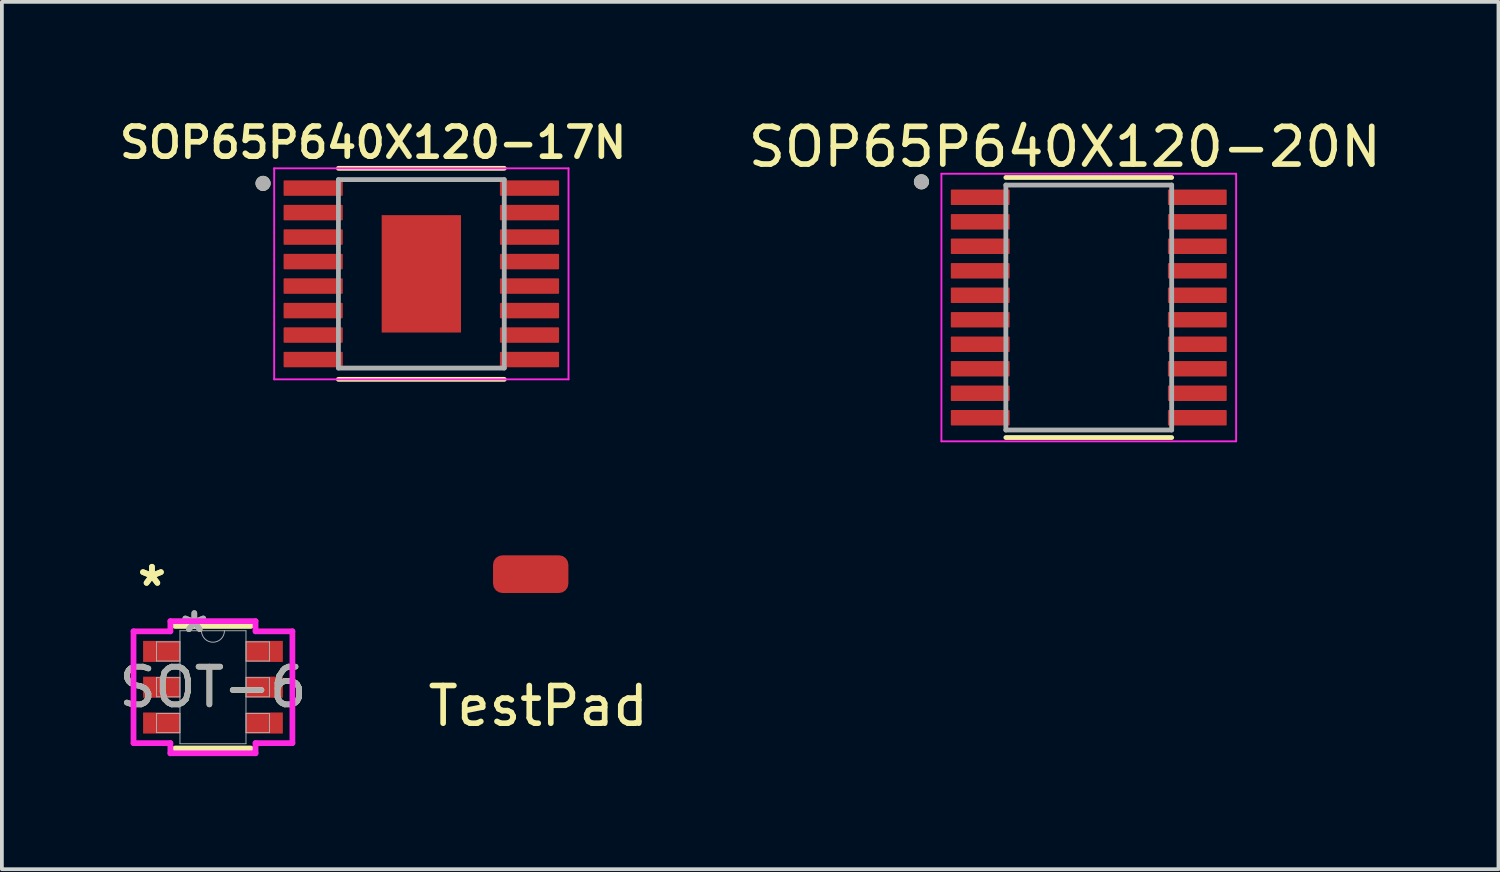
<source format=kicad_pcb>
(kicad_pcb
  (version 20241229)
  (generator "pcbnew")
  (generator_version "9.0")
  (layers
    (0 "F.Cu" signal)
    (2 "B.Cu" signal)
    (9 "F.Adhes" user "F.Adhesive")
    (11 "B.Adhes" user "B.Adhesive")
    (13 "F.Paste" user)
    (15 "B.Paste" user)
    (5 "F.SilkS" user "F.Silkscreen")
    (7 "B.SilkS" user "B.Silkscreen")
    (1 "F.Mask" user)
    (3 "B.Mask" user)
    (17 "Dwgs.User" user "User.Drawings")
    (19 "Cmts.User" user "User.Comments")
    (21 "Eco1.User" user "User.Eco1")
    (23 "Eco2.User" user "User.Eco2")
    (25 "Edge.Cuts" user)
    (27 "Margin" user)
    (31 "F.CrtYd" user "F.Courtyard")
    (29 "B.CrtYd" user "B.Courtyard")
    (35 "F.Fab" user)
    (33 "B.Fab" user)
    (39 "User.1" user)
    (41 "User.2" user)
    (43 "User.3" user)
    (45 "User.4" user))
  (footprint "SOP65P640X120-17N"
    (layer "F.Cu")
    (at 8.13 4.216)
    (property "Reference" "SOP65P640X120-17N" (at -1.28 -3.485 0) (layer "F.SilkS") (effects (font (size 0.8 0.8) (thickness 0.15))))
    (attr smd)
    (fp_line (start -2.2 -2.8) (end 2.2 -2.8) (stroke (width 0.127) (type solid)) (layer "F.SilkS"))
    (fp_line (start -2.2 2.8) (end 2.2 2.8) (stroke (width 0.127) (type solid)) (layer "F.SilkS"))
    (fp_circle (center -4.2 -2.4) (end -4.1 -2.4) (stroke (width 0.2) (type solid)) (fill no) (layer "F.SilkS"))
    (fp_poly (pts (xy -0.666 -0.985) (xy 0.666 -0.985) (xy 0.666 0.985) (xy -0.666 0.985)) (stroke (width 0.01) (type solid)) (fill yes) (layer "F.Paste"))
    (fp_line (start -3.905 -2.8) (end -3.905 2.8) (stroke (width 0.05) (type solid)) (layer "F.CrtYd"))
    (fp_line (start -3.905 -2.8) (end 3.905 -2.8) (stroke (width 0.05) (type solid)) (layer "F.CrtYd"))
    (fp_line (start -3.905 2.8) (end 3.905 2.8) (stroke (width 0.05) (type solid)) (layer "F.CrtYd"))
    (fp_line (start 3.905 -2.8) (end 3.905 2.8) (stroke (width 0.05) (type solid)) (layer "F.CrtYd"))
    (fp_line (start -2.2 -2.5) (end -2.2 2.5) (stroke (width 0.127) (type solid)) (layer "F.Fab"))
    (fp_line (start -2.2 -2.5) (end 2.2 -2.5) (stroke (width 0.127) (type solid)) (layer "F.Fab"))
    (fp_line (start -2.2 2.5) (end 2.2 2.5) (stroke (width 0.127) (type solid)) (layer "F.Fab"))
    (fp_line (start 2.2 -2.5) (end 2.2 2.5) (stroke (width 0.127) (type solid)) (layer "F.Fab"))
    (fp_circle (center -4.2 -2.4) (end -4.1 -2.4) (stroke (width 0.2) (type solid)) (fill no) (layer "F.Fab"))
    (pad "1" smd roundrect (at -2.87 -2.275) (size 1.57 0.41) (layers "F.Cu" "F.Mask" "F.Paste") (roundrect_rratio 0.05))
    (pad "2" smd roundrect (at -2.87 -1.625) (size 1.57 0.41) (layers "F.Cu" "F.Mask" "F.Paste") (roundrect_rratio 0.05))
    (pad "3" smd roundrect (at -2.87 -0.975) (size 1.57 0.41) (layers "F.Cu" "F.Mask" "F.Paste") (roundrect_rratio 0.05))
    (pad "4" smd roundrect (at -2.87 -0.325) (size 1.57 0.41) (layers "F.Cu" "F.Mask" "F.Paste") (roundrect_rratio 0.05))
    (pad "5" smd roundrect (at -2.87 0.325) (size 1.57 0.41) (layers "F.Cu" "F.Mask" "F.Paste") (roundrect_rratio 0.05))
    (pad "6" smd roundrect (at -2.87 0.975) (size 1.57 0.41) (layers "F.Cu" "F.Mask" "F.Paste") (roundrect_rratio 0.05))
    (pad "7" smd roundrect (at -2.87 1.625) (size 1.57 0.41) (layers "F.Cu" "F.Mask" "F.Paste") (roundrect_rratio 0.05))
    (pad "8" smd roundrect (at -2.87 2.275) (size 1.57 0.41) (layers "F.Cu" "F.Mask" "F.Paste") (roundrect_rratio 0.05))
    (pad "9" smd roundrect (at 2.87 2.275) (size 1.57 0.41) (layers "F.Cu" "F.Mask" "F.Paste") (roundrect_rratio 0.05))
    (pad "10" smd roundrect (at 2.87 1.625) (size 1.57 0.41) (layers "F.Cu" "F.Mask" "F.Paste") (roundrect_rratio 0.05))
    (pad "11" smd roundrect (at 2.87 0.975) (size 1.57 0.41) (layers "F.Cu" "F.Mask" "F.Paste") (roundrect_rratio 0.05))
    (pad "12" smd roundrect (at 2.87 0.325) (size 1.57 0.41) (layers "F.Cu" "F.Mask" "F.Paste") (roundrect_rratio 0.05))
    (pad "13" smd roundrect (at 2.87 -0.325) (size 1.57 0.41) (layers "F.Cu" "F.Mask" "F.Paste") (roundrect_rratio 0.05))
    (pad "14" smd roundrect (at 2.87 -0.975) (size 1.57 0.41) (layers "F.Cu" "F.Mask" "F.Paste") (roundrect_rratio 0.05))
    (pad "15" smd roundrect (at 2.87 -1.625) (size 1.57 0.41) (layers "F.Cu" "F.Mask" "F.Paste") (roundrect_rratio 0.05))
    (pad "16" smd roundrect (at 2.87 -2.275) (size 1.57 0.41) (layers "F.Cu" "F.Mask" "F.Paste") (roundrect_rratio 0.05))
    (pad "17" smd rect (at 0 0) (size 2.105 3.115) (layers "F.Cu" "F.Mask")))
  (footprint "TestPad"
    (layer "F.Cu")
    (at 11.032 12.185)
    (property "Reference" "TestPad" (at 0.2 3.5 0) (unlocked yes) (layer "F.SilkS") (effects (font (size 1 1) (thickness 0.15))))
    (attr smd)
    (pad "1" smd roundrect (at 0 0) (size 2 1) (layers "F.Cu" "F.Mask" "F.Paste") (roundrect_rratio 0.25)))
  (footprint "SOT-6"
    (layer "F.Cu")
    (at 2.601 15.185)
    (property "Reference" "SOT-6" (at 0 0 0) (unlocked yes) (layer "F.SilkS") (effects (font (size 1 1) (thickness 0.15))))
    (attr smd)
    (fp_line (start -1.003 1.626) (end 1.003 1.626) (stroke (width 0.152) (type solid)) (layer "F.SilkS"))
    (fp_line (start 1.003 -1.626) (end -1.003 -1.626) (stroke (width 0.152) (type solid)) (layer "F.SilkS"))
    (fp_line (start -2.108 -1.483) (end -1.13 -1.483) (stroke (width 0.152) (type solid)) (layer "F.CrtYd"))
    (fp_line (start -2.108 1.483) (end -2.108 -1.483) (stroke (width 0.152) (type solid)) (layer "F.CrtYd"))
    (fp_line (start -2.108 1.483) (end -1.13 1.483) (stroke (width 0.152) (type solid)) (layer "F.CrtYd"))
    (fp_line (start -1.13 -1.753) (end 1.13 -1.753) (stroke (width 0.152) (type solid)) (layer "F.CrtYd"))
    (fp_line (start -1.13 -1.483) (end -1.13 -1.753) (stroke (width 0.152) (type solid)) (layer "F.CrtYd"))
    (fp_line (start -1.13 1.753) (end -1.13 1.483) (stroke (width 0.152) (type solid)) (layer "F.CrtYd"))
    (fp_line (start 1.13 -1.753) (end 1.13 -1.483) (stroke (width 0.152) (type solid)) (layer "F.CrtYd"))
    (fp_line (start 1.13 1.483) (end 1.13 1.753) (stroke (width 0.152) (type solid)) (layer "F.CrtYd"))
    (fp_line (start 1.13 1.753) (end -1.13 1.753) (stroke (width 0.152) (type solid)) (layer "F.CrtYd"))
    (fp_line (start 2.108 -1.483) (end 1.13 -1.483) (stroke (width 0.152) (type solid)) (layer "F.CrtYd"))
    (fp_line (start 2.108 -1.483) (end 2.108 1.483) (stroke (width 0.152) (type solid)) (layer "F.CrtYd"))
    (fp_line (start 2.108 1.483) (end 1.13 1.483) (stroke (width 0.152) (type solid)) (layer "F.CrtYd"))
    (fp_line (start -1.499 -1.204) (end -1.499 -0.696) (stroke (width 0.025) (type solid)) (layer "F.Fab"))
    (fp_line (start -1.499 -0.696) (end -0.876 -0.696) (stroke (width 0.025) (type solid)) (layer "F.Fab"))
    (fp_line (start -1.499 -0.254) (end -1.499 0.254) (stroke (width 0.025) (type solid)) (layer "F.Fab"))
    (fp_line (start -1.499 0.254) (end -0.876 0.254) (stroke (width 0.025) (type solid)) (layer "F.Fab"))
    (fp_line (start -1.499 0.696) (end -1.499 1.204) (stroke (width 0.025) (type solid)) (layer "F.Fab"))
    (fp_line (start -1.499 1.204) (end -0.876 1.204) (stroke (width 0.025) (type solid)) (layer "F.Fab"))
    (fp_line (start -0.876 -1.499) (end -0.876 1.499) (stroke (width 0.025) (type solid)) (layer "F.Fab"))
    (fp_line (start -0.876 -1.204) (end -1.499 -1.204) (stroke (width 0.025) (type solid)) (layer "F.Fab"))
    (fp_line (start -0.876 -0.696) (end -0.876 -1.204) (stroke (width 0.025) (type solid)) (layer "F.Fab"))
    (fp_line (start -0.876 -0.254) (end -1.499 -0.254) (stroke (width 0.025) (type solid)) (layer "F.Fab"))
    (fp_line (start -0.876 0.254) (end -0.876 -0.254) (stroke (width 0.025) (type solid)) (layer "F.Fab"))
    (fp_line (start -0.876 0.696) (end -1.499 0.696) (stroke (width 0.025) (type solid)) (layer "F.Fab"))
    (fp_line (start -0.876 1.204) (end -0.876 0.696) (stroke (width 0.025) (type solid)) (layer "F.Fab"))
    (fp_line (start -0.876 1.499) (end 0.876 1.499) (stroke (width 0.025) (type solid)) (layer "F.Fab"))
    (fp_line (start 0.876 -1.499) (end -0.876 -1.499) (stroke (width 0.025) (type solid)) (layer "F.Fab"))
    (fp_line (start 0.876 -1.204) (end 0.876 -0.696) (stroke (width 0.025) (type solid)) (layer "F.Fab"))
    (fp_line (start 0.876 -0.696) (end 1.499 -0.696) (stroke (width 0.025) (type solid)) (layer "F.Fab"))
    (fp_line (start 0.876 -0.254) (end 0.876 0.254) (stroke (width 0.025) (type solid)) (layer "F.Fab"))
    (fp_line (start 0.876 0.254) (end 1.499 0.254) (stroke (width 0.025) (type solid)) (layer "F.Fab"))
    (fp_line (start 0.876 0.696) (end 0.876 1.204) (stroke (width 0.025) (type solid)) (layer "F.Fab"))
    (fp_line (start 0.876 1.204) (end 1.499 1.204) (stroke (width 0.025) (type solid)) (layer "F.Fab"))
    (fp_line (start 0.876 1.499) (end 0.876 -1.499) (stroke (width 0.025) (type solid)) (layer "F.Fab"))
    (fp_line (start 1.499 -1.204) (end 0.876 -1.204) (stroke (width 0.025) (type solid)) (layer "F.Fab"))
    (fp_line (start 1.499 -0.696) (end 1.499 -1.204) (stroke (width 0.025) (type solid)) (layer "F.Fab"))
    (fp_line (start 1.499 -0.254) (end 0.876 -0.254) (stroke (width 0.025) (type solid)) (layer "F.Fab"))
    (fp_line (start 1.499 0.254) (end 1.499 -0.254) (stroke (width 0.025) (type solid)) (layer "F.Fab"))
    (fp_line (start 1.499 0.696) (end 0.876 0.696) (stroke (width 0.025) (type solid)) (layer "F.Fab"))
    (fp_line (start 1.499 1.204) (end 1.499 0.696) (stroke (width 0.025) (type solid)) (layer "F.Fab"))
    (fp_arc (start 0.3048 -1.4986) (mid 0 -1.1938) (end -0.3048 -1.4986) (stroke (width 0.0254) (type solid)) (layer "F.Fab"))
    (fp_text user "*" (at -1.619 -2.652 0) (layer "F.SilkS") (effects (font (size 1 1) (thickness 0.15))))
    (fp_text user "*" (at -1.619 -2.652 0) (unlocked yes) (layer "F.SilkS") (effects (font (size 1 1) (thickness 0.15))))
    (fp_text user "${REFERENCE}" (at 0 0 0) (unlocked yes) (layer "F.Fab") (effects (font (size 1 1) (thickness 0.15))))
    (fp_text user "*" (at -0.495 -1.422 0) (layer "F.Fab") (effects (font (size 1 1) (thickness 0.15))))
    (fp_text user "*" (at -0.495 -1.422 0) (unlocked yes) (layer "F.Fab") (effects (font (size 1 1) (thickness 0.15))))
    (pad "1" smd rect (at -1.365 -0.95) (size 0.978 0.559) (layers "F.Cu" "F.Mask" "F.Paste"))
    (pad "2" smd rect (at -1.365 0) (size 0.978 0.559) (layers "F.Cu" "F.Mask" "F.Paste"))
    (pad "3" smd rect (at -1.365 0.95) (size 0.978 0.559) (layers "F.Cu" "F.Mask" "F.Paste"))
    (pad "4" smd rect (at 1.365 0.95) (size 0.978 0.559) (layers "F.Cu" "F.Mask" "F.Paste"))
    (pad "5" smd rect (at 1.365 0) (size 0.978 0.559) (layers "F.Cu" "F.Mask" "F.Paste"))
    (pad "6" smd rect (at 1.365 -0.95) (size 0.978 0.559) (layers "F.Cu" "F.Mask" "F.Paste")))
  (footprint "SOP65P640X120-20N"
    (layer "F.Cu")
    (at 25.84 5.11)
    (property "Reference" "SOP65P640X120-20N" (at -0.635 -4.262 0) (layer "F.SilkS") (effects (font (size 1 1) (thickness 0.15))))
    (attr smd)
    (fp_line (start -2.2 -3.45) (end 2.2 -3.45) (stroke (width 0.127) (type solid)) (layer "F.SilkS"))
    (fp_line (start -2.2 3.45) (end 2.2 3.45) (stroke (width 0.127) (type solid)) (layer "F.SilkS"))
    (fp_circle (center -4.44 -3.335) (end -4.34 -3.335) (stroke (width 0.2) (type solid)) (fill no) (layer "F.SilkS"))
    (fp_line (start -3.91 -3.55) (end -3.91 3.55) (stroke (width 0.05) (type solid)) (layer "F.CrtYd"))
    (fp_line (start -3.91 -3.55) (end 3.91 -3.55) (stroke (width 0.05) (type solid)) (layer "F.CrtYd"))
    (fp_line (start -3.91 3.55) (end 3.91 3.55) (stroke (width 0.05) (type solid)) (layer "F.CrtYd"))
    (fp_line (start 3.91 -3.55) (end 3.91 3.55) (stroke (width 0.05) (type solid)) (layer "F.CrtYd"))
    (fp_line (start -2.2 -3.25) (end -2.2 3.25) (stroke (width 0.127) (type solid)) (layer "F.Fab"))
    (fp_line (start -2.2 -3.25) (end 2.2 -3.25) (stroke (width 0.127) (type solid)) (layer "F.Fab"))
    (fp_line (start -2.2 3.25) (end 2.2 3.25) (stroke (width 0.127) (type solid)) (layer "F.Fab"))
    (fp_line (start 2.2 -3.25) (end 2.2 3.25) (stroke (width 0.127) (type solid)) (layer "F.Fab"))
    (fp_circle (center -4.44 -3.335) (end -4.34 -3.335) (stroke (width 0.2) (type solid)) (fill no) (layer "F.Fab"))
    (pad "1" smd roundrect (at -2.88 -2.925) (size 1.56 0.41) (layers "F.Cu" "F.Mask" "F.Paste") (roundrect_rratio 0.05))
    (pad "2" smd roundrect (at -2.88 -2.275) (size 1.56 0.41) (layers "F.Cu" "F.Mask" "F.Paste") (roundrect_rratio 0.05))
    (pad "3" smd roundrect (at -2.88 -1.625) (size 1.56 0.41) (layers "F.Cu" "F.Mask" "F.Paste") (roundrect_rratio 0.05))
    (pad "4" smd roundrect (at -2.88 -0.975) (size 1.56 0.41) (layers "F.Cu" "F.Mask" "F.Paste") (roundrect_rratio 0.05))
    (pad "5" smd roundrect (at -2.88 -0.325) (size 1.56 0.41) (layers "F.Cu" "F.Mask" "F.Paste") (roundrect_rratio 0.05))
    (pad "6" smd roundrect (at -2.88 0.325) (size 1.56 0.41) (layers "F.Cu" "F.Mask" "F.Paste") (roundrect_rratio 0.05))
    (pad "7" smd roundrect (at -2.88 0.975) (size 1.56 0.41) (layers "F.Cu" "F.Mask" "F.Paste") (roundrect_rratio 0.05))
    (pad "8" smd roundrect (at -2.88 1.625) (size 1.56 0.41) (layers "F.Cu" "F.Mask" "F.Paste") (roundrect_rratio 0.05))
    (pad "9" smd roundrect (at -2.88 2.275) (size 1.56 0.41) (layers "F.Cu" "F.Mask" "F.Paste") (roundrect_rratio 0.05))
    (pad "10" smd roundrect (at -2.88 2.925) (size 1.56 0.41) (layers "F.Cu" "F.Mask" "F.Paste") (roundrect_rratio 0.05))
    (pad "11" smd roundrect (at 2.88 2.925) (size 1.56 0.41) (layers "F.Cu" "F.Mask" "F.Paste") (roundrect_rratio 0.05))
    (pad "12" smd roundrect (at 2.88 2.275) (size 1.56 0.41) (layers "F.Cu" "F.Mask" "F.Paste") (roundrect_rratio 0.05))
    (pad "13" smd roundrect (at 2.88 1.625) (size 1.56 0.41) (layers "F.Cu" "F.Mask" "F.Paste") (roundrect_rratio 0.05))
    (pad "14" smd roundrect (at 2.88 0.975) (size 1.56 0.41) (layers "F.Cu" "F.Mask" "F.Paste") (roundrect_rratio 0.05))
    (pad "15" smd roundrect (at 2.88 0.325) (size 1.56 0.41) (layers "F.Cu" "F.Mask" "F.Paste") (roundrect_rratio 0.05))
    (pad "16" smd roundrect (at 2.88 -0.325) (size 1.56 0.41) (layers "F.Cu" "F.Mask" "F.Paste") (roundrect_rratio 0.05))
    (pad "17" smd roundrect (at 2.88 -0.975) (size 1.56 0.41) (layers "F.Cu" "F.Mask" "F.Paste") (roundrect_rratio 0.05))
    (pad "18" smd roundrect (at 2.88 -1.625) (size 1.56 0.41) (layers "F.Cu" "F.Mask" "F.Paste") (roundrect_rratio 0.05))
    (pad "19" smd roundrect (at 2.88 -2.275) (size 1.56 0.41) (layers "F.Cu" "F.Mask" "F.Paste") (roundrect_rratio 0.05))
    (pad "20" smd roundrect (at 2.88 -2.925) (size 1.56 0.41) (layers "F.Cu" "F.Mask" "F.Paste") (roundrect_rratio 0.05)))
  (gr_rect
    (start -3 -3)
    (end 36.711 20.014)
    (stroke (width 0.1) (type default))
    (fill no)
    (layer "Edge.Cuts")))
</source>
